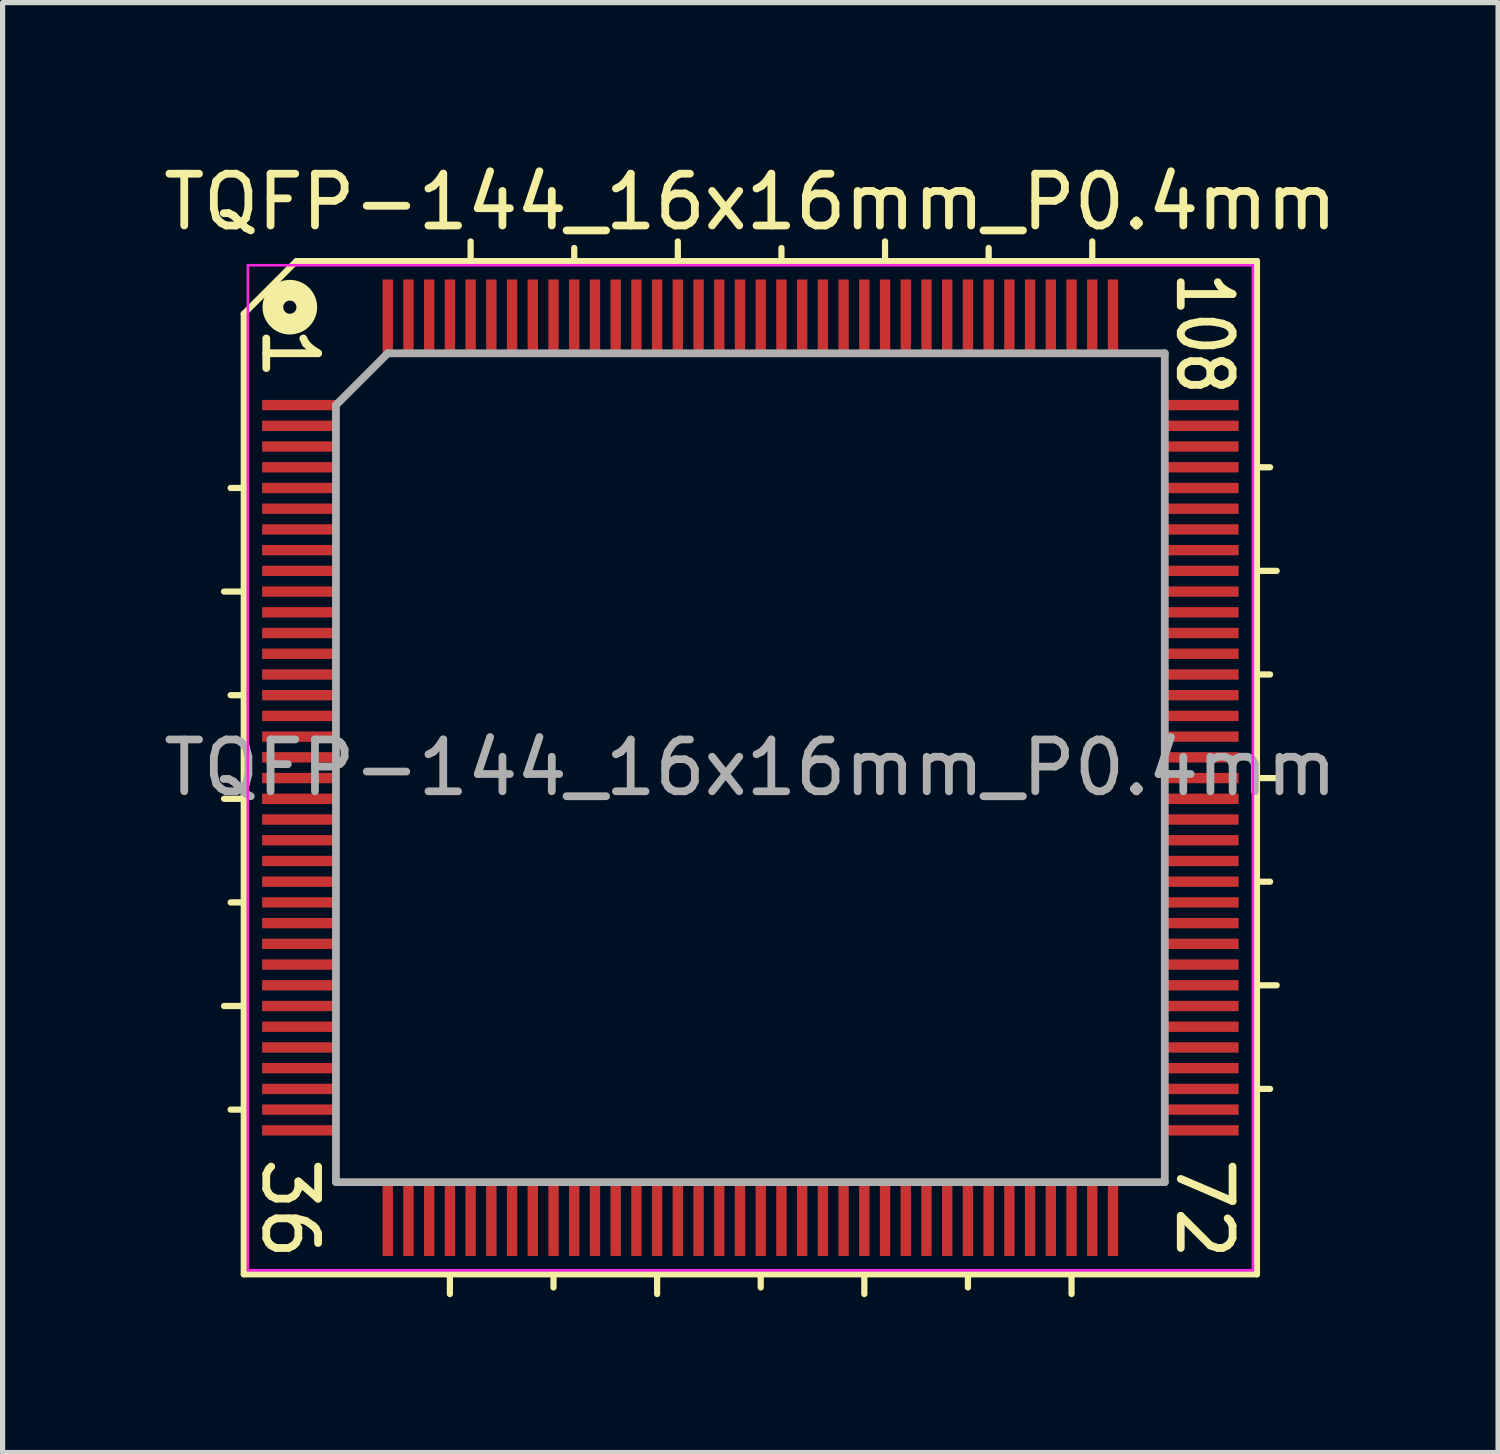
<source format=kicad_pcb>
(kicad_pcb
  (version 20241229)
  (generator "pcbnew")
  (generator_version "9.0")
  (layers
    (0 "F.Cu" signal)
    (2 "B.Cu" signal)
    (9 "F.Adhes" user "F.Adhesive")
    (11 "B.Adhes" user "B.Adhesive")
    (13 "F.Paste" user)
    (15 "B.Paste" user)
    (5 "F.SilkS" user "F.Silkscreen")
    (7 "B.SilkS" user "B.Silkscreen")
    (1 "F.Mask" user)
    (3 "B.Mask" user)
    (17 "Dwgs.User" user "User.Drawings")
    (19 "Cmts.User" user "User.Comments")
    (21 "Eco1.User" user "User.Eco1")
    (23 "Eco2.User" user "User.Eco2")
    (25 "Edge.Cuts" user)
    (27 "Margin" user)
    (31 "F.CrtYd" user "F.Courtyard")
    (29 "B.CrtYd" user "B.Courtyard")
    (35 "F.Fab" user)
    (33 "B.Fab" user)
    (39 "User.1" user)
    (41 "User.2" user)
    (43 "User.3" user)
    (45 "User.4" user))
  (footprint "TQFP-144_16x16mm_P0.4mm"
    (layer "F.Cu")
    (at 11.435 11.77)
    (property "Reference" "TQFP-144_16x16mm_P0.4mm" (at 0 -10.922 0) (layer "F.SilkS") (effects (font (size 1 1) (thickness 0.15))))
    (attr smd)
    (fp_line (start -10.16 -3.4) (end -9.8 -3.4) (stroke (width 0.12) (type solid)) (layer "F.SilkS"))
    (fp_line (start -10.16 0.6) (end -9.8 0.6) (stroke (width 0.12) (type solid)) (layer "F.SilkS"))
    (fp_line (start -10.16 4.6) (end -9.8 4.6) (stroke (width 0.12) (type solid)) (layer "F.SilkS"))
    (fp_line (start -10.033 -1.4) (end -9.8 -1.4) (stroke (width 0.12) (type solid)) (layer "F.SilkS"))
    (fp_line (start -10.033 2.6) (end -9.8 2.6) (stroke (width 0.12) (type solid)) (layer "F.SilkS"))
    (fp_line (start -10.033 6.6) (end -9.8 6.6) (stroke (width 0.12) (type solid)) (layer "F.SilkS"))
    (fp_line (start -9.779 -8.763) (end -9.779 9.779) (stroke (width 0.12) (type solid)) (layer "F.SilkS"))
    (fp_line (start -9.779 -5.4) (end -10.033 -5.4) (stroke (width 0.12) (type solid)) (layer "F.SilkS"))
    (fp_line (start -9.779 9.779) (end 9.779 9.779) (stroke (width 0.12) (type solid)) (layer "F.SilkS"))
    (fp_line (start -8.763 -9.779) (end -9.779 -8.763) (stroke (width 0.12) (type solid)) (layer "F.SilkS"))
    (fp_line (start -5.8 10.16) (end -5.8 9.8) (stroke (width 0.12) (type solid)) (layer "F.SilkS"))
    (fp_line (start -5.4 -9.8) (end -5.4 -10.16) (stroke (width 0.12) (type solid)) (layer "F.SilkS"))
    (fp_line (start -3.8 10.033) (end -3.8 9.8) (stroke (width 0.12) (type solid)) (layer "F.SilkS"))
    (fp_line (start -3.4 -9.8) (end -3.4 -10.033) (stroke (width 0.12) (type solid)) (layer "F.SilkS"))
    (fp_line (start -1.8 10.16) (end -1.8 9.8) (stroke (width 0.12) (type solid)) (layer "F.SilkS"))
    (fp_line (start -1.4 -9.8) (end -1.4 -10.16) (stroke (width 0.12) (type solid)) (layer "F.SilkS"))
    (fp_line (start 0.2 10.033) (end 0.2 9.8) (stroke (width 0.12) (type solid)) (layer "F.SilkS"))
    (fp_line (start 0.6 -9.8) (end 0.6 -10.033) (stroke (width 0.12) (type solid)) (layer "F.SilkS"))
    (fp_line (start 2.2 10.16) (end 2.2 9.8) (stroke (width 0.12) (type solid)) (layer "F.SilkS"))
    (fp_line (start 2.6 -9.8) (end 2.6 -10.16) (stroke (width 0.12) (type solid)) (layer "F.SilkS"))
    (fp_line (start 4.2 10.033) (end 4.2 9.8) (stroke (width 0.12) (type solid)) (layer "F.SilkS"))
    (fp_line (start 4.6 -9.8) (end 4.6 -10.033) (stroke (width 0.12) (type solid)) (layer "F.SilkS"))
    (fp_line (start 6.2 10.16) (end 6.2 9.8) (stroke (width 0.12) (type solid)) (layer "F.SilkS"))
    (fp_line (start 6.6 -9.8) (end 6.6 -10.16) (stroke (width 0.12) (type solid)) (layer "F.SilkS"))
    (fp_line (start 9.779 -9.779) (end -8.763 -9.779) (stroke (width 0.12) (type solid)) (layer "F.SilkS"))
    (fp_line (start 9.779 9.779) (end 9.779 -9.779) (stroke (width 0.12) (type solid)) (layer "F.SilkS"))
    (fp_line (start 9.8 -5.8) (end 10.033 -5.8) (stroke (width 0.12) (type solid)) (layer "F.SilkS"))
    (fp_line (start 9.8 -3.8) (end 10.16 -3.8) (stroke (width 0.12) (type solid)) (layer "F.SilkS"))
    (fp_line (start 9.8 -1.8) (end 10.033 -1.8) (stroke (width 0.12) (type solid)) (layer "F.SilkS"))
    (fp_line (start 9.8 0.2) (end 10.16 0.2) (stroke (width 0.12) (type solid)) (layer "F.SilkS"))
    (fp_line (start 9.8 2.2) (end 10.033 2.2) (stroke (width 0.12) (type solid)) (layer "F.SilkS"))
    (fp_line (start 9.8 4.2) (end 10.16 4.2) (stroke (width 0.12) (type solid)) (layer "F.SilkS"))
    (fp_line (start 9.8 6.2) (end 10.033 6.2) (stroke (width 0.12) (type solid)) (layer "F.SilkS"))
    (fp_circle (center -8.89 -8.89) (end -8.763 -8.89) (stroke (width 0.4) (type solid)) (fill no) (layer "F.SilkS"))
    (fp_line (start -9.7 -9.7) (end -9.7 9.7) (stroke (width 0.05) (type solid)) (layer "F.CrtYd"))
    (fp_line (start -9.7 -9.7) (end 9.7 -9.7) (stroke (width 0.05) (type solid)) (layer "F.CrtYd"))
    (fp_line (start -9.7 9.7) (end 9.7 9.7) (stroke (width 0.05) (type solid)) (layer "F.CrtYd"))
    (fp_line (start 9.7 -9.7) (end 9.7 9.7) (stroke (width 0.05) (type solid)) (layer "F.CrtYd"))
    (fp_line (start -8 -7) (end -7 -8) (stroke (width 0.15) (type solid)) (layer "F.Fab"))
    (fp_line (start -8 8) (end -8 -7) (stroke (width 0.15) (type solid)) (layer "F.Fab"))
    (fp_line (start -7 -8) (end 8 -8) (stroke (width 0.15) (type solid)) (layer "F.Fab"))
    (fp_line (start 8 -8) (end 8 8) (stroke (width 0.15) (type solid)) (layer "F.Fab"))
    (fp_line (start 8 8) (end -8 8) (stroke (width 0.15) (type solid)) (layer "F.Fab"))
    (fp_text user "72" (at 8.763 8.509 270) (unlocked yes) (layer "F.SilkS") (effects (font (size 1 1) (thickness 0.15))))
    (fp_text user "108" (at 8.763 -8.382 270) (unlocked yes) (layer "F.SilkS") (effects (font (size 1 0.8) (thickness 0.15))))
    (fp_text user "1" (at -8.89 -8.001 270) (unlocked yes) (layer "F.SilkS") (effects (font (size 1 1) (thickness 0.15))))
    (fp_text user "36" (at -8.89 8.509 270) (unlocked yes) (layer "F.SilkS") (effects (font (size 1 1) (thickness 0.15))))
    (fp_text user "${REFERENCE}" (at 0 0 0) (layer "F.Fab") (effects (font (size 1 1) (thickness 0.15))))
    (pad "1" smd rect (at -8.7 -7) (size 1.45 0.2) (layers "F.Cu" "F.Mask" "F.Paste"))
    (pad "2" smd rect (at -8.7 -6.6) (size 1.45 0.2) (layers "F.Cu" "F.Mask" "F.Paste"))
    (pad "3" smd rect (at -8.7 -6.2) (size 1.45 0.2) (layers "F.Cu" "F.Mask" "F.Paste"))
    (pad "4" smd rect (at -8.7 -5.8) (size 1.45 0.2) (layers "F.Cu" "F.Mask" "F.Paste"))
    (pad "5" smd rect (at -8.7 -5.4) (size 1.45 0.2) (layers "F.Cu" "F.Mask" "F.Paste"))
    (pad "6" smd rect (at -8.7 -5) (size 1.45 0.2) (layers "F.Cu" "F.Mask" "F.Paste"))
    (pad "7" smd rect (at -8.7 -4.6) (size 1.45 0.2) (layers "F.Cu" "F.Mask" "F.Paste"))
    (pad "8" smd rect (at -8.7 -4.2) (size 1.45 0.2) (layers "F.Cu" "F.Mask" "F.Paste"))
    (pad "9" smd rect (at -8.7 -3.8) (size 1.45 0.2) (layers "F.Cu" "F.Mask" "F.Paste"))
    (pad "10" smd rect (at -8.7 -3.4) (size 1.45 0.2) (layers "F.Cu" "F.Mask" "F.Paste"))
    (pad "11" smd rect (at -8.7 -3) (size 1.45 0.2) (layers "F.Cu" "F.Mask" "F.Paste"))
    (pad "12" smd rect (at -8.7 -2.6) (size 1.45 0.2) (layers "F.Cu" "F.Mask" "F.Paste"))
    (pad "13" smd rect (at -8.7 -2.2) (size 1.45 0.2) (layers "F.Cu" "F.Mask" "F.Paste"))
    (pad "14" smd rect (at -8.7 -1.8) (size 1.45 0.2) (layers "F.Cu" "F.Mask" "F.Paste"))
    (pad "15" smd rect (at -8.7 -1.4) (size 1.45 0.2) (layers "F.Cu" "F.Mask" "F.Paste"))
    (pad "16" smd rect (at -8.7 -1) (size 1.45 0.2) (layers "F.Cu" "F.Mask" "F.Paste"))
    (pad "17" smd rect (at -8.7 -0.6) (size 1.45 0.2) (layers "F.Cu" "F.Mask" "F.Paste"))
    (pad "18" smd rect (at -8.7 -0.2) (size 1.45 0.2) (layers "F.Cu" "F.Mask" "F.Paste"))
    (pad "19" smd rect (at -8.7 0.2) (size 1.45 0.2) (layers "F.Cu" "F.Mask" "F.Paste"))
    (pad "20" smd rect (at -8.7 0.6) (size 1.45 0.2) (layers "F.Cu" "F.Mask" "F.Paste"))
    (pad "21" smd rect (at -8.7 1) (size 1.45 0.2) (layers "F.Cu" "F.Mask" "F.Paste"))
    (pad "22" smd rect (at -8.7 1.4) (size 1.45 0.2) (layers "F.Cu" "F.Mask" "F.Paste"))
    (pad "23" smd rect (at -8.7 1.8) (size 1.45 0.2) (layers "F.Cu" "F.Mask" "F.Paste"))
    (pad "24" smd rect (at -8.7 2.2) (size 1.45 0.2) (layers "F.Cu" "F.Mask" "F.Paste"))
    (pad "25" smd rect (at -8.7 2.6) (size 1.45 0.2) (layers "F.Cu" "F.Mask" "F.Paste"))
    (pad "26" smd rect (at -8.7 3) (size 1.45 0.2) (layers "F.Cu" "F.Mask" "F.Paste"))
    (pad "27" smd rect (at -8.7 3.4) (size 1.45 0.2) (layers "F.Cu" "F.Mask" "F.Paste"))
    (pad "28" smd rect (at -8.7 3.8) (size 1.45 0.2) (layers "F.Cu" "F.Mask" "F.Paste"))
    (pad "29" smd rect (at -8.7 4.2) (size 1.45 0.2) (layers "F.Cu" "F.Mask" "F.Paste"))
    (pad "30" smd rect (at -8.7 4.6) (size 1.45 0.2) (layers "F.Cu" "F.Mask" "F.Paste"))
    (pad "31" smd rect (at -8.7 5) (size 1.45 0.2) (layers "F.Cu" "F.Mask" "F.Paste"))
    (pad "32" smd rect (at -8.7 5.4) (size 1.45 0.2) (layers "F.Cu" "F.Mask" "F.Paste"))
    (pad "33" smd rect (at -8.7 5.8) (size 1.45 0.2) (layers "F.Cu" "F.Mask" "F.Paste"))
    (pad "34" smd rect (at -8.7 6.2) (size 1.45 0.2) (layers "F.Cu" "F.Mask" "F.Paste"))
    (pad "35" smd rect (at -8.7 6.6) (size 1.45 0.2) (layers "F.Cu" "F.Mask" "F.Paste"))
    (pad "36" smd rect (at -8.7 7) (size 1.45 0.2) (layers "F.Cu" "F.Mask" "F.Paste"))
    (pad "37" smd rect (at -7 8.7 90) (size 1.45 0.2) (layers "F.Cu" "F.Mask" "F.Paste"))
    (pad "38" smd rect (at -6.6 8.7 90) (size 1.45 0.2) (layers "F.Cu" "F.Mask" "F.Paste"))
    (pad "39" smd rect (at -6.2 8.7 90) (size 1.45 0.2) (layers "F.Cu" "F.Mask" "F.Paste"))
    (pad "40" smd rect (at -5.8 8.7 90) (size 1.45 0.2) (layers "F.Cu" "F.Mask" "F.Paste"))
    (pad "41" smd rect (at -5.4 8.7 90) (size 1.45 0.2) (layers "F.Cu" "F.Mask" "F.Paste"))
    (pad "42" smd rect (at -5 8.7 90) (size 1.45 0.2) (layers "F.Cu" "F.Mask" "F.Paste"))
    (pad "43" smd rect (at -4.6 8.7 90) (size 1.45 0.2) (layers "F.Cu" "F.Mask" "F.Paste"))
    (pad "44" smd rect (at -4.2 8.7 90) (size 1.45 0.2) (layers "F.Cu" "F.Mask" "F.Paste"))
    (pad "45" smd rect (at -3.8 8.7 90) (size 1.45 0.2) (layers "F.Cu" "F.Mask" "F.Paste"))
    (pad "46" smd rect (at -3.4 8.7 90) (size 1.45 0.2) (layers "F.Cu" "F.Mask" "F.Paste"))
    (pad "47" smd rect (at -3 8.7 90) (size 1.45 0.2) (layers "F.Cu" "F.Mask" "F.Paste"))
    (pad "48" smd rect (at -2.6 8.7 90) (size 1.45 0.2) (layers "F.Cu" "F.Mask" "F.Paste"))
    (pad "49" smd rect (at -2.2 8.7 90) (size 1.45 0.2) (layers "F.Cu" "F.Mask" "F.Paste"))
    (pad "50" smd rect (at -1.8 8.7 90) (size 1.45 0.2) (layers "F.Cu" "F.Mask" "F.Paste"))
    (pad "51" smd rect (at -1.4 8.7 90) (size 1.45 0.2) (layers "F.Cu" "F.Mask" "F.Paste"))
    (pad "52" smd rect (at -1 8.7 90) (size 1.45 0.2) (layers "F.Cu" "F.Mask" "F.Paste"))
    (pad "53" smd rect (at -0.6 8.7 90) (size 1.45 0.2) (layers "F.Cu" "F.Mask" "F.Paste"))
    (pad "54" smd rect (at -0.2 8.7 90) (size 1.45 0.2) (layers "F.Cu" "F.Mask" "F.Paste"))
    (pad "55" smd rect (at 0.2 8.7 90) (size 1.45 0.2) (layers "F.Cu" "F.Mask" "F.Paste"))
    (pad "56" smd rect (at 0.6 8.7 90) (size 1.45 0.2) (layers "F.Cu" "F.Mask" "F.Paste"))
    (pad "57" smd rect (at 1 8.7 90) (size 1.45 0.2) (layers "F.Cu" "F.Mask" "F.Paste"))
    (pad "58" smd rect (at 1.4 8.7 90) (size 1.45 0.2) (layers "F.Cu" "F.Mask" "F.Paste"))
    (pad "59" smd rect (at 1.8 8.7 90) (size 1.45 0.2) (layers "F.Cu" "F.Mask" "F.Paste"))
    (pad "60" smd rect (at 2.2 8.7 90) (size 1.45 0.2) (layers "F.Cu" "F.Mask" "F.Paste"))
    (pad "61" smd rect (at 2.6 8.7 90) (size 1.45 0.2) (layers "F.Cu" "F.Mask" "F.Paste"))
    (pad "62" smd rect (at 3 8.7 90) (size 1.45 0.2) (layers "F.Cu" "F.Mask" "F.Paste"))
    (pad "63" smd rect (at 3.4 8.7 90) (size 1.45 0.2) (layers "F.Cu" "F.Mask" "F.Paste"))
    (pad "64" smd rect (at 3.8 8.7 90) (size 1.45 0.2) (layers "F.Cu" "F.Mask" "F.Paste"))
    (pad "65" smd rect (at 4.2 8.7 90) (size 1.45 0.2) (layers "F.Cu" "F.Mask" "F.Paste"))
    (pad "66" smd rect (at 4.6 8.7 90) (size 1.45 0.2) (layers "F.Cu" "F.Mask" "F.Paste"))
    (pad "67" smd rect (at 5 8.7 90) (size 1.45 0.2) (layers "F.Cu" "F.Mask" "F.Paste"))
    (pad "68" smd rect (at 5.4 8.7 90) (size 1.45 0.2) (layers "F.Cu" "F.Mask" "F.Paste"))
    (pad "69" smd rect (at 5.8 8.7 90) (size 1.45 0.2) (layers "F.Cu" "F.Mask" "F.Paste"))
    (pad "70" smd rect (at 6.2 8.7 90) (size 1.45 0.2) (layers "F.Cu" "F.Mask" "F.Paste"))
    (pad "71" smd rect (at 6.6 8.7 90) (size 1.45 0.2) (layers "F.Cu" "F.Mask" "F.Paste"))
    (pad "72" smd rect (at 7 8.7 90) (size 1.45 0.2) (layers "F.Cu" "F.Mask" "F.Paste"))
    (pad "73" smd rect (at 8.7 7) (size 1.45 0.2) (layers "F.Cu" "F.Mask" "F.Paste"))
    (pad "74" smd rect (at 8.7 6.6) (size 1.45 0.2) (layers "F.Cu" "F.Mask" "F.Paste"))
    (pad "75" smd rect (at 8.7 6.2) (size 1.45 0.2) (layers "F.Cu" "F.Mask" "F.Paste"))
    (pad "76" smd rect (at 8.7 5.8) (size 1.45 0.2) (layers "F.Cu" "F.Mask" "F.Paste"))
    (pad "77" smd rect (at 8.7 5.4) (size 1.45 0.2) (layers "F.Cu" "F.Mask" "F.Paste"))
    (pad "78" smd rect (at 8.7 5) (size 1.45 0.2) (layers "F.Cu" "F.Mask" "F.Paste"))
    (pad "79" smd rect (at 8.7 4.6) (size 1.45 0.2) (layers "F.Cu" "F.Mask" "F.Paste"))
    (pad "80" smd rect (at 8.7 4.2) (size 1.45 0.2) (layers "F.Cu" "F.Mask" "F.Paste"))
    (pad "81" smd rect (at 8.7 3.8) (size 1.45 0.2) (layers "F.Cu" "F.Mask" "F.Paste"))
    (pad "82" smd rect (at 8.7 3.4) (size 1.45 0.2) (layers "F.Cu" "F.Mask" "F.Paste"))
    (pad "83" smd rect (at 8.7 3) (size 1.45 0.2) (layers "F.Cu" "F.Mask" "F.Paste"))
    (pad "84" smd rect (at 8.7 2.6) (size 1.45 0.2) (layers "F.Cu" "F.Mask" "F.Paste"))
    (pad "85" smd rect (at 8.7 2.2) (size 1.45 0.2) (layers "F.Cu" "F.Mask" "F.Paste"))
    (pad "86" smd rect (at 8.7 1.8) (size 1.45 0.2) (layers "F.Cu" "F.Mask" "F.Paste"))
    (pad "87" smd rect (at 8.7 1.4) (size 1.45 0.2) (layers "F.Cu" "F.Mask" "F.Paste"))
    (pad "88" smd rect (at 8.7 1) (size 1.45 0.2) (layers "F.Cu" "F.Mask" "F.Paste"))
    (pad "89" smd rect (at 8.7 0.6) (size 1.45 0.2) (layers "F.Cu" "F.Mask" "F.Paste"))
    (pad "90" smd rect (at 8.7 0.2) (size 1.45 0.2) (layers "F.Cu" "F.Mask" "F.Paste"))
    (pad "91" smd rect (at 8.7 -0.2) (size 1.45 0.2) (layers "F.Cu" "F.Mask" "F.Paste"))
    (pad "92" smd rect (at 8.7 -0.6) (size 1.45 0.2) (layers "F.Cu" "F.Mask" "F.Paste"))
    (pad "93" smd rect (at 8.7 -1) (size 1.45 0.2) (layers "F.Cu" "F.Mask" "F.Paste"))
    (pad "94" smd rect (at 8.7 -1.4) (size 1.45 0.2) (layers "F.Cu" "F.Mask" "F.Paste"))
    (pad "95" smd rect (at 8.7 -1.8) (size 1.45 0.2) (layers "F.Cu" "F.Mask" "F.Paste"))
    (pad "96" smd rect (at 8.7 -2.2) (size 1.45 0.2) (layers "F.Cu" "F.Mask" "F.Paste"))
    (pad "97" smd rect (at 8.7 -2.6) (size 1.45 0.2) (layers "F.Cu" "F.Mask" "F.Paste"))
    (pad "98" smd rect (at 8.7 -3) (size 1.45 0.2) (layers "F.Cu" "F.Mask" "F.Paste"))
    (pad "99" smd rect (at 8.7 -3.4) (size 1.45 0.2) (layers "F.Cu" "F.Mask" "F.Paste"))
    (pad "100" smd rect (at 8.7 -3.8) (size 1.45 0.2) (layers "F.Cu" "F.Mask" "F.Paste"))
    (pad "101" smd rect (at 8.7 -4.2) (size 1.45 0.2) (layers "F.Cu" "F.Mask" "F.Paste"))
    (pad "102" smd rect (at 8.7 -4.6) (size 1.45 0.2) (layers "F.Cu" "F.Mask" "F.Paste"))
    (pad "103" smd rect (at 8.7 -5) (size 1.45 0.2) (layers "F.Cu" "F.Mask" "F.Paste"))
    (pad "104" smd rect (at 8.7 -5.4) (size 1.45 0.2) (layers "F.Cu" "F.Mask" "F.Paste"))
    (pad "105" smd rect (at 8.7 -5.8) (size 1.45 0.2) (layers "F.Cu" "F.Mask" "F.Paste"))
    (pad "106" smd rect (at 8.7 -6.2) (size 1.45 0.2) (layers "F.Cu" "F.Mask" "F.Paste"))
    (pad "107" smd rect (at 8.7 -6.6) (size 1.45 0.2) (layers "F.Cu" "F.Mask" "F.Paste"))
    (pad "108" smd rect (at 8.7 -7) (size 1.45 0.2) (layers "F.Cu" "F.Mask" "F.Paste"))
    (pad "109" smd rect (at 7 -8.7 90) (size 1.45 0.2) (layers "F.Cu" "F.Mask" "F.Paste"))
    (pad "110" smd rect (at 6.6 -8.7 90) (size 1.45 0.2) (layers "F.Cu" "F.Mask" "F.Paste"))
    (pad "111" smd rect (at 6.2 -8.7 90) (size 1.45 0.2) (layers "F.Cu" "F.Mask" "F.Paste"))
    (pad "112" smd rect (at 5.8 -8.7 90) (size 1.45 0.2) (layers "F.Cu" "F.Mask" "F.Paste"))
    (pad "113" smd rect (at 5.4 -8.7 90) (size 1.45 0.2) (layers "F.Cu" "F.Mask" "F.Paste"))
    (pad "114" smd rect (at 5 -8.7 90) (size 1.45 0.2) (layers "F.Cu" "F.Mask" "F.Paste"))
    (pad "115" smd rect (at 4.6 -8.7 90) (size 1.45 0.2) (layers "F.Cu" "F.Mask" "F.Paste"))
    (pad "116" smd rect (at 4.2 -8.7 90) (size 1.45 0.2) (layers "F.Cu" "F.Mask" "F.Paste"))
    (pad "117" smd rect (at 3.8 -8.7 90) (size 1.45 0.2) (layers "F.Cu" "F.Mask" "F.Paste"))
    (pad "118" smd rect (at 3.4 -8.7 90) (size 1.45 0.2) (layers "F.Cu" "F.Mask" "F.Paste"))
    (pad "119" smd rect (at 3 -8.7 90) (size 1.45 0.2) (layers "F.Cu" "F.Mask" "F.Paste"))
    (pad "120" smd rect (at 2.6 -8.7 90) (size 1.45 0.2) (layers "F.Cu" "F.Mask" "F.Paste"))
    (pad "121" smd rect (at 2.2 -8.7 90) (size 1.45 0.2) (layers "F.Cu" "F.Mask" "F.Paste"))
    (pad "122" smd rect (at 1.8 -8.7 90) (size 1.45 0.2) (layers "F.Cu" "F.Mask" "F.Paste"))
    (pad "123" smd rect (at 1.4 -8.7 90) (size 1.45 0.2) (layers "F.Cu" "F.Mask" "F.Paste"))
    (pad "124" smd rect (at 1 -8.7 90) (size 1.45 0.2) (layers "F.Cu" "F.Mask" "F.Paste"))
    (pad "125" smd rect (at 0.6 -8.7 90) (size 1.45 0.2) (layers "F.Cu" "F.Mask" "F.Paste"))
    (pad "126" smd rect (at 0.2 -8.7 90) (size 1.45 0.2) (layers "F.Cu" "F.Mask" "F.Paste"))
    (pad "127" smd rect (at -0.2 -8.7 90) (size 1.45 0.2) (layers "F.Cu" "F.Mask" "F.Paste"))
    (pad "128" smd rect (at -0.6 -8.7 90) (size 1.45 0.2) (layers "F.Cu" "F.Mask" "F.Paste"))
    (pad "129" smd rect (at -1 -8.7 90) (size 1.45 0.2) (layers "F.Cu" "F.Mask" "F.Paste"))
    (pad "130" smd rect (at -1.4 -8.7 90) (size 1.45 0.2) (layers "F.Cu" "F.Mask" "F.Paste"))
    (pad "131" smd rect (at -1.8 -8.7 90) (size 1.45 0.2) (layers "F.Cu" "F.Mask" "F.Paste"))
    (pad "132" smd rect (at -2.2 -8.7 90) (size 1.45 0.2) (layers "F.Cu" "F.Mask" "F.Paste"))
    (pad "133" smd rect (at -2.6 -8.7 90) (size 1.45 0.2) (layers "F.Cu" "F.Mask" "F.Paste"))
    (pad "134" smd rect (at -3 -8.7 90) (size 1.45 0.2) (layers "F.Cu" "F.Mask" "F.Paste"))
    (pad "135" smd rect (at -3.4 -8.7 90) (size 1.45 0.2) (layers "F.Cu" "F.Mask" "F.Paste"))
    (pad "136" smd rect (at -3.8 -8.7 90) (size 1.45 0.2) (layers "F.Cu" "F.Mask" "F.Paste"))
    (pad "137" smd rect (at -4.2 -8.7 90) (size 1.45 0.2) (layers "F.Cu" "F.Mask" "F.Paste"))
    (pad "138" smd rect (at -4.6 -8.7 90) (size 1.45 0.2) (layers "F.Cu" "F.Mask" "F.Paste"))
    (pad "139" smd rect (at -5 -8.7 90) (size 1.45 0.2) (layers "F.Cu" "F.Mask" "F.Paste"))
    (pad "140" smd rect (at -5.4 -8.7 90) (size 1.45 0.2) (layers "F.Cu" "F.Mask" "F.Paste"))
    (pad "141" smd rect (at -5.8 -8.7 90) (size 1.45 0.2) (layers "F.Cu" "F.Mask" "F.Paste"))
    (pad "142" smd rect (at -6.2 -8.7 90) (size 1.45 0.2) (layers "F.Cu" "F.Mask" "F.Paste"))
    (pad "143" smd rect (at -6.6 -8.7 90) (size 1.45 0.2) (layers "F.Cu" "F.Mask" "F.Paste"))
    (pad "144" smd rect (at -7 -8.7 90) (size 1.45 0.2) (layers "F.Cu" "F.Mask" "F.Paste")))
  (gr_rect
    (start -3 -3)
    (end 25.869 24.99)
    (stroke (width 0.1) (type default))
    (fill no)
    (layer "Edge.Cuts")))
</source>
